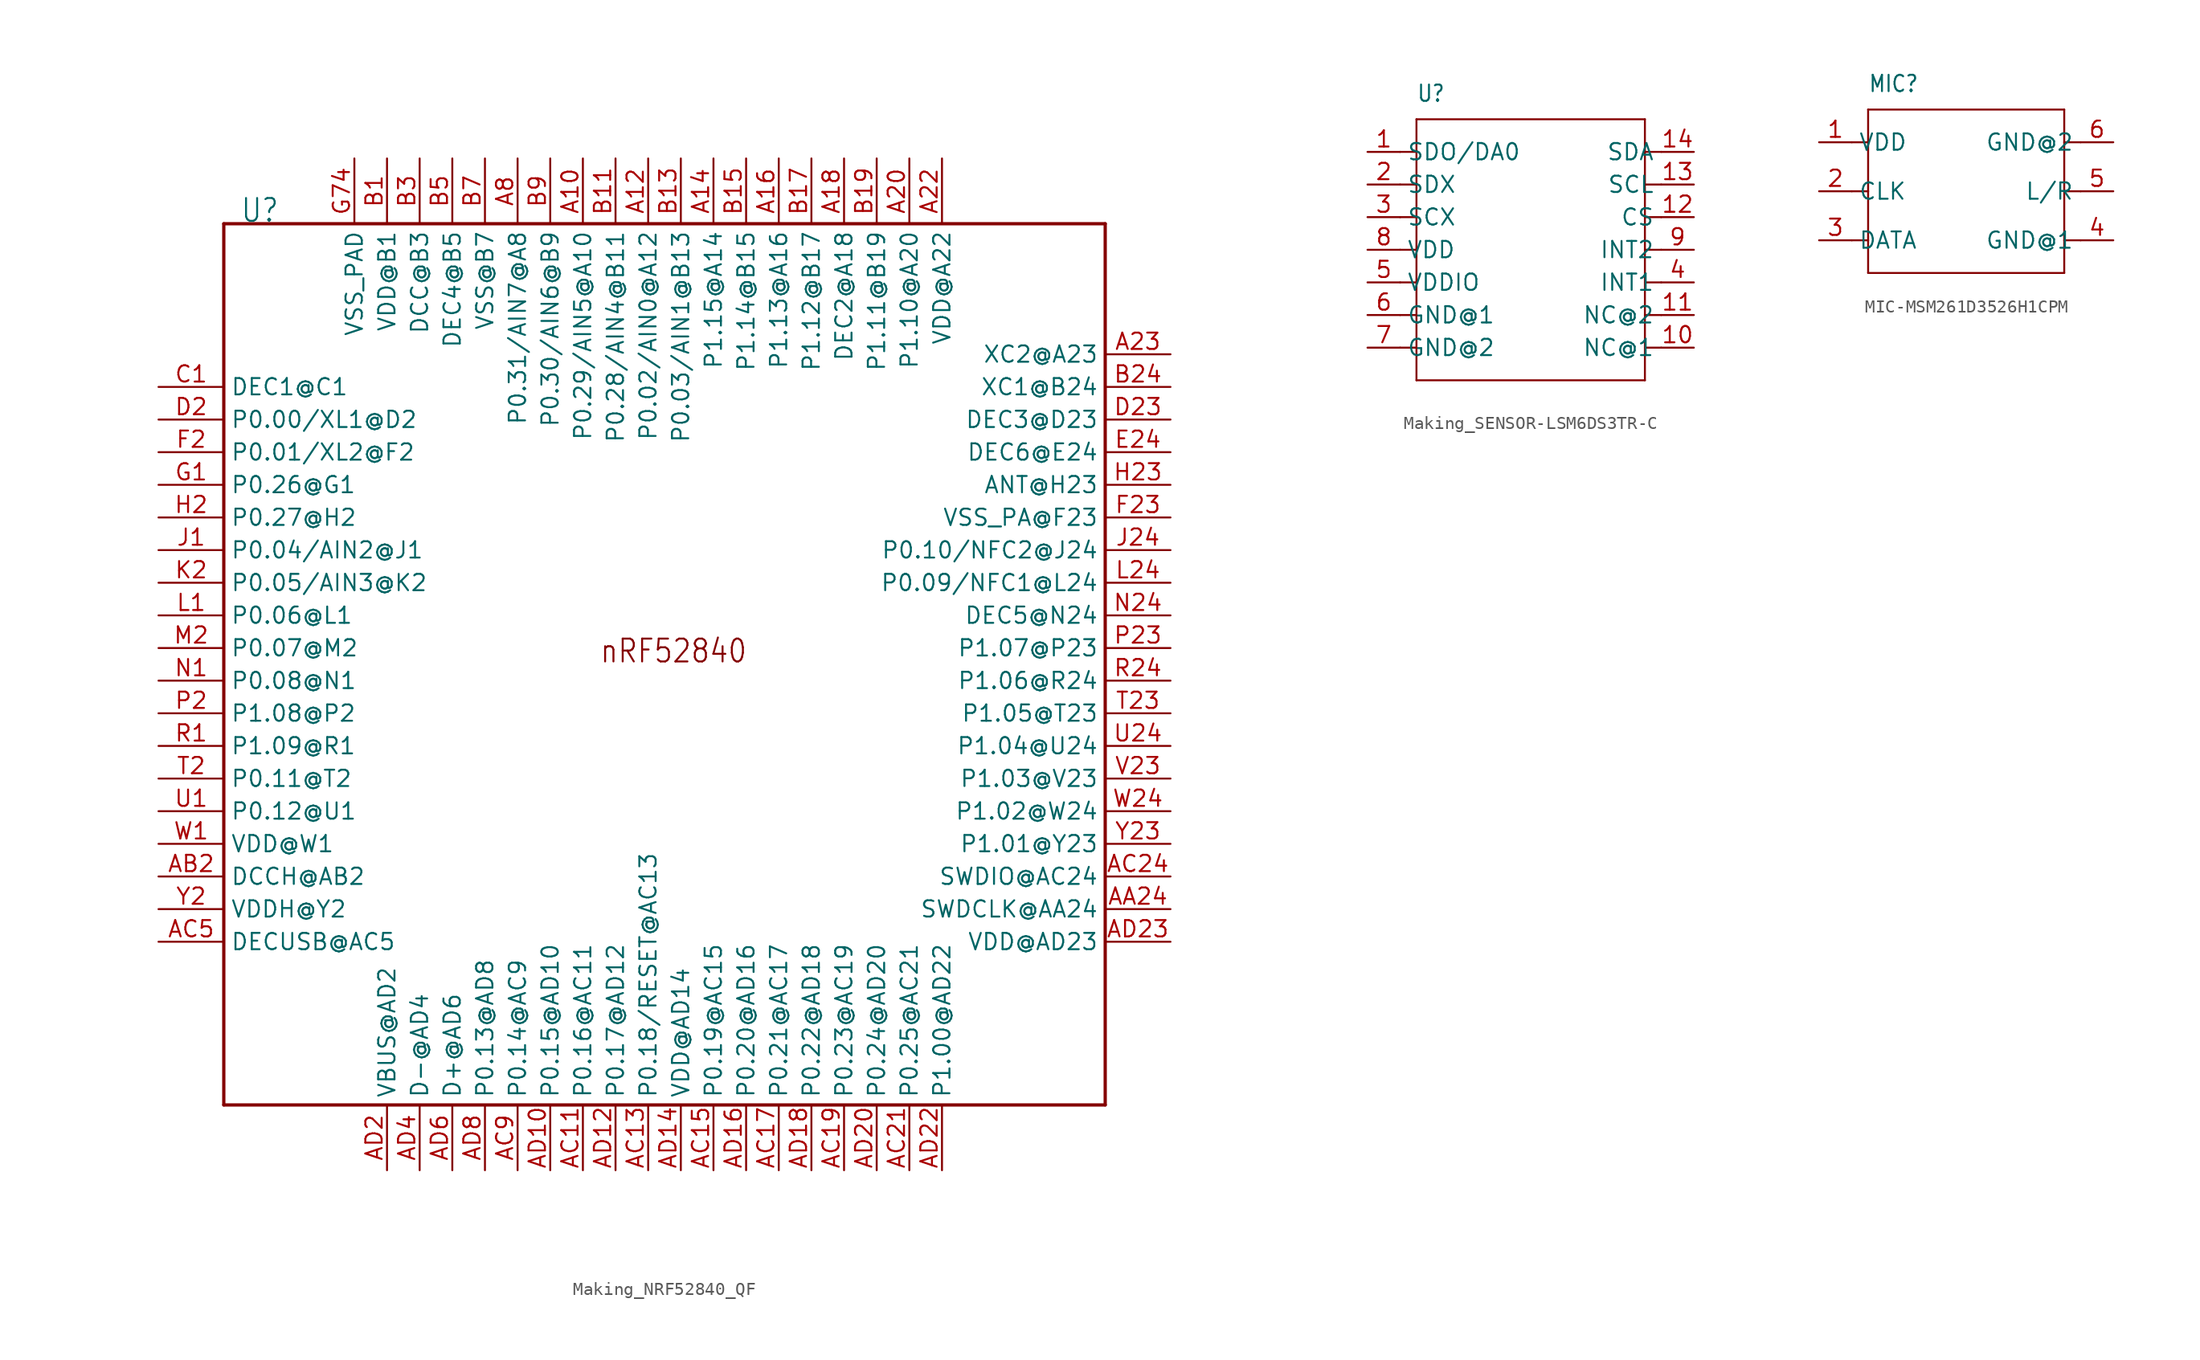
<source format=kicad_sym>
(kicad_symbol_lib
  (version 20231120)
  (generator "kicad_symbol_editor")
  (generator_version "8.0")
  (symbol "Making_NRF52840_QF"
    (property "Reference" "U"
      (at -33.02 34.29 0)
      (effects (font (size 1.778 1.511)) (justify left bottom)))
    (property "Value" ""
      (at 25.4 34.29 0)
      (effects (font (size 1.778 1.511)) (justify left bottom)))
    (property "ki_locked" ""
      (at 0 0 0)
      (effects (font (size 1.27 1.27))))
    (symbol "Making_NRF52840_QF_1_0"
      (polyline (pts (xy -34.29 -34.29) (xy -34.29 34.29)) (stroke (width 0.254) (type solid)) (fill (type none)))
      (polyline (pts (xy -34.29 34.29) (xy 34.29 34.29)) (stroke (width 0.254) (type solid)) (fill (type none)))
      (polyline (pts (xy 34.29 -34.29) (xy -34.29 -34.29)) (stroke (width 0.254) (type solid)) (fill (type none)))
      (polyline (pts (xy 34.29 34.29) (xy 34.29 -34.29)) (stroke (width 0.254) (type solid)) (fill (type none)))
      (text "nRF52840" (at -5.08 0 0) (effects (font (size 1.778 1.511)) (justify left bottom)))
      (pin bidirectional line (at -6.35 39.37 270) (length 5.08) (name "P0.29/AIN5@A10" (effects (font (size 1.27 1.27)))) (number "A10" (effects (font (size 1.27 1.27)))))
      (pin bidirectional line (at -1.27 39.37 270) (length 5.08) (name "P0.02/AIN0@A12" (effects (font (size 1.27 1.27)))) (number "A12" (effects (font (size 1.27 1.27)))))
      (pin bidirectional line (at 3.81 39.37 270) (length 5.08) (name "P1.15@A14" (effects (font (size 1.27 1.27)))) (number "A14" (effects (font (size 1.27 1.27)))))
      (pin bidirectional line (at 8.89 39.37 270) (length 5.08) (name "P1.13@A16" (effects (font (size 1.27 1.27)))) (number "A16" (effects (font (size 1.27 1.27)))))
      (pin bidirectional line (at 13.97 39.37 270) (length 5.08) (name "DEC2@A18" (effects (font (size 1.27 1.27)))) (number "A18" (effects (font (size 1.27 1.27)))))
      (pin bidirectional line (at 19.05 39.37 270) (length 5.08) (name "P1.10@A20" (effects (font (size 1.27 1.27)))) (number "A20" (effects (font (size 1.27 1.27)))))
      (pin bidirectional line (at 21.59 39.37 270) (length 5.08) (name "VDD@A22" (effects (font (size 1.27 1.27)))) (number "A22" (effects (font (size 1.27 1.27)))))
      (pin bidirectional line (at 39.37 24.13 180) (length 5.08) (name "XC2@A23" (effects (font (size 1.27 1.27)))) (number "A23" (effects (font (size 1.27 1.27)))))
      (pin bidirectional line (at -11.43 39.37 270) (length 5.08) (name "P0.31/AIN7@A8" (effects (font (size 1.27 1.27)))) (number "A8" (effects (font (size 1.27 1.27)))))
      (pin input line (at 39.37 -19.05 180) (length 5.08) (name "SWDCLK@AA24" (effects (font (size 1.27 1.27)))) (number "AA24" (effects (font (size 1.27 1.27)))))
      (pin bidirectional line (at -39.37 -16.51 0) (length 5.08) (name "DCCH@AB2" (effects (font (size 1.27 1.27)))) (number "AB2" (effects (font (size 1.27 1.27)))))
      (pin bidirectional line (at -6.35 -39.37 90) (length 5.08) (name "P0.16@AC11" (effects (font (size 1.27 1.27)))) (number "AC11" (effects (font (size 1.27 1.27)))))
      (pin bidirectional line (at -1.27 -39.37 90) (length 5.08) (name "P0.18/RESET@AC13" (effects (font (size 1.27 1.27)))) (number "AC13" (effects (font (size 1.27 1.27)))))
      (pin bidirectional line (at 3.81 -39.37 90) (length 5.08) (name "P0.19@AC15" (effects (font (size 1.27 1.27)))) (number "AC15" (effects (font (size 1.27 1.27)))))
      (pin bidirectional line (at 8.89 -39.37 90) (length 5.08) (name "P0.21@AC17" (effects (font (size 1.27 1.27)))) (number "AC17" (effects (font (size 1.27 1.27)))))
      (pin bidirectional line (at 13.97 -39.37 90) (length 5.08) (name "P0.23@AC19" (effects (font (size 1.27 1.27)))) (number "AC19" (effects (font (size 1.27 1.27)))))
      (pin bidirectional line (at 19.05 -39.37 90) (length 5.08) (name "P0.25@AC21" (effects (font (size 1.27 1.27)))) (number "AC21" (effects (font (size 1.27 1.27)))))
      (pin bidirectional line (at 39.37 -16.51 180) (length 5.08) (name "SWDIO@AC24" (effects (font (size 1.27 1.27)))) (number "AC24" (effects (font (size 1.27 1.27)))))
      (pin bidirectional line (at -39.37 -21.59 0) (length 5.08) (name "DECUSB@AC5" (effects (font (size 1.27 1.27)))) (number "AC5" (effects (font (size 1.27 1.27)))))
      (pin bidirectional line (at -11.43 -39.37 90) (length 5.08) (name "P0.14@AC9" (effects (font (size 1.27 1.27)))) (number "AC9" (effects (font (size 1.27 1.27)))))
      (pin bidirectional line (at -8.89 -39.37 90) (length 5.08) (name "P0.15@AD10" (effects (font (size 1.27 1.27)))) (number "AD10" (effects (font (size 1.27 1.27)))))
      (pin bidirectional line (at -3.81 -39.37 90) (length 5.08) (name "P0.17@AD12" (effects (font (size 1.27 1.27)))) (number "AD12" (effects (font (size 1.27 1.27)))))
      (pin bidirectional line (at 1.27 -39.37 90) (length 5.08) (name "VDD@AD14" (effects (font (size 1.27 1.27)))) (number "AD14" (effects (font (size 1.27 1.27)))))
      (pin bidirectional line (at 6.35 -39.37 90) (length 5.08) (name "P0.20@AD16" (effects (font (size 1.27 1.27)))) (number "AD16" (effects (font (size 1.27 1.27)))))
      (pin bidirectional line (at 11.43 -39.37 90) (length 5.08) (name "P0.22@AD18" (effects (font (size 1.27 1.27)))) (number "AD18" (effects (font (size 1.27 1.27)))))
      (pin bidirectional line (at -21.59 -39.37 90) (length 5.08) (name "VBUS@AD2" (effects (font (size 1.27 1.27)))) (number "AD2" (effects (font (size 1.27 1.27)))))
      (pin bidirectional line (at 16.51 -39.37 90) (length 5.08) (name "P0.24@AD20" (effects (font (size 1.27 1.27)))) (number "AD20" (effects (font (size 1.27 1.27)))))
      (pin bidirectional line (at 21.59 -39.37 90) (length 5.08) (name "P1.00@AD22" (effects (font (size 1.27 1.27)))) (number "AD22" (effects (font (size 1.27 1.27)))))
      (pin bidirectional line (at 39.37 -21.59 180) (length 5.08) (name "VDD@AD23" (effects (font (size 1.27 1.27)))) (number "AD23" (effects (font (size 1.27 1.27)))))
      (pin bidirectional line (at -19.05 -39.37 90) (length 5.08) (name "D-@AD4" (effects (font (size 1.27 1.27)))) (number "AD4" (effects (font (size 1.27 1.27)))))
      (pin bidirectional line (at -16.51 -39.37 90) (length 5.08) (name "D+@AD6" (effects (font (size 1.27 1.27)))) (number "AD6" (effects (font (size 1.27 1.27)))))
      (pin bidirectional line (at -13.97 -39.37 90) (length 5.08) (name "P0.13@AD8" (effects (font (size 1.27 1.27)))) (number "AD8" (effects (font (size 1.27 1.27)))))
      (pin bidirectional line (at -21.59 39.37 270) (length 5.08) (name "VDD@B1" (effects (font (size 1.27 1.27)))) (number "B1" (effects (font (size 1.27 1.27)))))
      (pin bidirectional line (at -3.81 39.37 270) (length 5.08) (name "P0.28/AIN4@B11" (effects (font (size 1.27 1.27)))) (number "B11" (effects (font (size 1.27 1.27)))))
      (pin bidirectional line (at 1.27 39.37 270) (length 5.08) (name "P0.03/AIN1@B13" (effects (font (size 1.27 1.27)))) (number "B13" (effects (font (size 1.27 1.27)))))
      (pin bidirectional line (at 6.35 39.37 270) (length 5.08) (name "P1.14@B15" (effects (font (size 1.27 1.27)))) (number "B15" (effects (font (size 1.27 1.27)))))
      (pin bidirectional line (at 11.43 39.37 270) (length 5.08) (name "P1.12@B17" (effects (font (size 1.27 1.27)))) (number "B17" (effects (font (size 1.27 1.27)))))
      (pin bidirectional line (at 16.51 39.37 270) (length 5.08) (name "P1.11@B19" (effects (font (size 1.27 1.27)))) (number "B19" (effects (font (size 1.27 1.27)))))
      (pin bidirectional line (at 39.37 21.59 180) (length 5.08) (name "XC1@B24" (effects (font (size 1.27 1.27)))) (number "B24" (effects (font (size 1.27 1.27)))))
      (pin bidirectional line (at -19.05 39.37 270) (length 5.08) (name "DCC@B3" (effects (font (size 1.27 1.27)))) (number "B3" (effects (font (size 1.27 1.27)))))
      (pin bidirectional line (at -16.51 39.37 270) (length 5.08) (name "DEC4@B5" (effects (font (size 1.27 1.27)))) (number "B5" (effects (font (size 1.27 1.27)))))
      (pin bidirectional line (at -13.97 39.37 270) (length 5.08) (name "VSS@B7" (effects (font (size 1.27 1.27)))) (number "B7" (effects (font (size 1.27 1.27)))))
      (pin bidirectional line (at -8.89 39.37 270) (length 5.08) (name "P0.30/AIN6@B9" (effects (font (size 1.27 1.27)))) (number "B9" (effects (font (size 1.27 1.27)))))
      (pin bidirectional line (at -39.37 21.59 0) (length 5.08) (name "DEC1@C1" (effects (font (size 1.27 1.27)))) (number "C1" (effects (font (size 1.27 1.27)))))
      (pin bidirectional line (at -39.37 19.05 0) (length 5.08) (name "P0.00/XL1@D2" (effects (font (size 1.27 1.27)))) (number "D2" (effects (font (size 1.27 1.27)))))
      (pin bidirectional line (at 39.37 19.05 180) (length 5.08) (name "DEC3@D23" (effects (font (size 1.27 1.27)))) (number "D23" (effects (font (size 1.27 1.27)))))
      (pin bidirectional line (at 39.37 16.51 180) (length 5.08) (name "DEC6@E24" (effects (font (size 1.27 1.27)))) (number "E24" (effects (font (size 1.27 1.27)))))
      (pin bidirectional line (at -39.37 16.51 0) (length 5.08) (name "P0.01/XL2@F2" (effects (font (size 1.27 1.27)))) (number "F2" (effects (font (size 1.27 1.27)))))
      (pin bidirectional line (at 39.37 11.43 180) (length 5.08) (name "VSS_PA@F23" (effects (font (size 1.27 1.27)))) (number "F23" (effects (font (size 1.27 1.27)))))
      (pin bidirectional line (at -39.37 13.97 0) (length 5.08) (name "P0.26@G1" (effects (font (size 1.27 1.27)))) (number "G1" (effects (font (size 1.27 1.27)))))
      (pin bidirectional line (at -24.13 39.37 270) (length 5.08) (name "VSS_PAD" (effects (font (size 1.27 1.27)))) (number "G74" (effects (font (size 1.27 1.27)))))
      (pin bidirectional line (at -39.37 11.43 0) (length 5.08) (name "P0.27@H2" (effects (font (size 1.27 1.27)))) (number "H2" (effects (font (size 1.27 1.27)))))
      (pin bidirectional line (at 39.37 13.97 180) (length 5.08) (name "ANT@H23" (effects (font (size 1.27 1.27)))) (number "H23" (effects (font (size 1.27 1.27)))))
      (pin bidirectional line (at -39.37 8.89 0) (length 5.08) (name "P0.04/AIN2@J1" (effects (font (size 1.27 1.27)))) (number "J1" (effects (font (size 1.27 1.27)))))
      (pin bidirectional line (at 39.37 8.89 180) (length 5.08) (name "P0.10/NFC2@J24" (effects (font (size 1.27 1.27)))) (number "J24" (effects (font (size 1.27 1.27)))))
      (pin bidirectional line (at -39.37 6.35 0) (length 5.08) (name "P0.05/AIN3@K2" (effects (font (size 1.27 1.27)))) (number "K2" (effects (font (size 1.27 1.27)))))
      (pin bidirectional line (at -39.37 3.81 0) (length 5.08) (name "P0.06@L1" (effects (font (size 1.27 1.27)))) (number "L1" (effects (font (size 1.27 1.27)))))
      (pin bidirectional line (at 39.37 6.35 180) (length 5.08) (name "P0.09/NFC1@L24" (effects (font (size 1.27 1.27)))) (number "L24" (effects (font (size 1.27 1.27)))))
      (pin bidirectional line (at -39.37 1.27 0) (length 5.08) (name "P0.07@M2" (effects (font (size 1.27 1.27)))) (number "M2" (effects (font (size 1.27 1.27)))))
      (pin bidirectional line (at -39.37 -1.27 0) (length 5.08) (name "P0.08@N1" (effects (font (size 1.27 1.27)))) (number "N1" (effects (font (size 1.27 1.27)))))
      (pin bidirectional line (at 39.37 3.81 180) (length 5.08) (name "DEC5@N24" (effects (font (size 1.27 1.27)))) (number "N24" (effects (font (size 1.27 1.27)))))
      (pin bidirectional line (at -39.37 -3.81 0) (length 5.08) (name "P1.08@P2" (effects (font (size 1.27 1.27)))) (number "P2" (effects (font (size 1.27 1.27)))))
      (pin bidirectional line (at 39.37 1.27 180) (length 5.08) (name "P1.07@P23" (effects (font (size 1.27 1.27)))) (number "P23" (effects (font (size 1.27 1.27)))))
      (pin bidirectional line (at -39.37 -6.35 0) (length 5.08) (name "P1.09@R1" (effects (font (size 1.27 1.27)))) (number "R1" (effects (font (size 1.27 1.27)))))
      (pin bidirectional line (at 39.37 -1.27 180) (length 5.08) (name "P1.06@R24" (effects (font (size 1.27 1.27)))) (number "R24" (effects (font (size 1.27 1.27)))))
      (pin bidirectional line (at -39.37 -8.89 0) (length 5.08) (name "P0.11@T2" (effects (font (size 1.27 1.27)))) (number "T2" (effects (font (size 1.27 1.27)))))
      (pin bidirectional line (at 39.37 -3.81 180) (length 5.08) (name "P1.05@T23" (effects (font (size 1.27 1.27)))) (number "T23" (effects (font (size 1.27 1.27)))))
      (pin bidirectional line (at -39.37 -11.43 0) (length 5.08) (name "P0.12@U1" (effects (font (size 1.27 1.27)))) (number "U1" (effects (font (size 1.27 1.27)))))
      (pin bidirectional line (at 39.37 -6.35 180) (length 5.08) (name "P1.04@U24" (effects (font (size 1.27 1.27)))) (number "U24" (effects (font (size 1.27 1.27)))))
      (pin bidirectional line (at 39.37 -8.89 180) (length 5.08) (name "P1.03@V23" (effects (font (size 1.27 1.27)))) (number "V23" (effects (font (size 1.27 1.27)))))
      (pin bidirectional line (at -39.37 -13.97 0) (length 5.08) (name "VDD@W1" (effects (font (size 1.27 1.27)))) (number "W1" (effects (font (size 1.27 1.27)))))
      (pin bidirectional line (at 39.37 -11.43 180) (length 5.08) (name "P1.02@W24" (effects (font (size 1.27 1.27)))) (number "W24" (effects (font (size 1.27 1.27)))))
      (pin bidirectional line (at -39.37 -19.05 0) (length 5.08) (name "VDDH@Y2" (effects (font (size 1.27 1.27)))) (number "Y2" (effects (font (size 1.27 1.27)))))
      (pin bidirectional line (at 39.37 -13.97 180) (length 5.08) (name "P1.01@Y23" (effects (font (size 1.27 1.27)))) (number "Y23" (effects (font (size 1.27 1.27)))))))
  (symbol "Making_SENSOR-LSM6DS3TR-C"
    (property "Reference" "U"
      (at -8.89 11.43 0)
      (effects (font (size 1.27 1.079)) (justify left bottom)))
    (property "Value" ""
      (at -8.89 10.16 0)
      (effects (font (size 1.27 1.079)) (justify left bottom)))
    (property "ki_locked" ""
      (at 0 0 0)
      (effects (font (size 1.27 1.27))))
    (symbol "Making_SENSOR-LSM6DS3TR-C_1_0"
      (polyline (pts (xy -8.89 -10.16) (xy -8.89 -7.62)) (stroke (width 0.152) (type solid)) (fill (type none)))
      (polyline (pts (xy -8.89 -7.62) (xy -10.16 -7.62)) (stroke (width 0.152) (type solid)) (fill (type none)))
      (polyline (pts (xy -8.89 -7.62) (xy -8.89 -5.08)) (stroke (width 0.152) (type solid)) (fill (type none)))
      (polyline (pts (xy -8.89 -5.08) (xy -10.16 -5.08)) (stroke (width 0.152) (type solid)) (fill (type none)))
      (polyline (pts (xy -8.89 -5.08) (xy -8.89 -2.54)) (stroke (width 0.152) (type solid)) (fill (type none)))
      (polyline (pts (xy -8.89 -2.54) (xy -10.16 -2.54)) (stroke (width 0.152) (type solid)) (fill (type none)))
      (polyline (pts (xy -8.89 -2.54) (xy -8.89 0)) (stroke (width 0.152) (type solid)) (fill (type none)))
      (polyline (pts (xy -8.89 0) (xy -10.16 0)) (stroke (width 0.152) (type solid)) (fill (type none)))
      (polyline (pts (xy -8.89 0) (xy -8.89 2.54)) (stroke (width 0.152) (type solid)) (fill (type none)))
      (polyline (pts (xy -8.89 2.54) (xy -10.16 2.54)) (stroke (width 0.152) (type solid)) (fill (type none)))
      (polyline (pts (xy -8.89 2.54) (xy -8.89 5.08)) (stroke (width 0.152) (type solid)) (fill (type none)))
      (polyline (pts (xy -8.89 5.08) (xy -10.16 5.08)) (stroke (width 0.152) (type solid)) (fill (type none)))
      (polyline (pts (xy -8.89 5.08) (xy -8.89 7.62)) (stroke (width 0.152) (type solid)) (fill (type none)))
      (polyline (pts (xy -8.89 7.62) (xy -10.16 7.62)) (stroke (width 0.152) (type solid)) (fill (type none)))
      (polyline (pts (xy -8.89 7.62) (xy -8.89 10.16)) (stroke (width 0.152) (type solid)) (fill (type none)))
      (polyline (pts (xy -8.89 10.16) (xy 8.89 10.16)) (stroke (width 0.152) (type solid)) (fill (type none)))
      (polyline (pts (xy 8.89 -10.16) (xy -8.89 -10.16)) (stroke (width 0.152) (type solid)) (fill (type none)))
      (polyline (pts (xy 8.89 10.16) (xy 8.89 -10.16)) (stroke (width 0.152) (type solid)) (fill (type none)))
      (polyline (pts (xy 10.16 -7.62) (xy 8.89 -7.62)) (stroke (width 0.152) (type solid)) (fill (type none)))
      (polyline (pts (xy 10.16 -5.08) (xy 8.89 -5.08)) (stroke (width 0.152) (type solid)) (fill (type none)))
      (polyline (pts (xy 10.16 -2.54) (xy 8.89 -2.54)) (stroke (width 0.152) (type solid)) (fill (type none)))
      (polyline (pts (xy 10.16 0) (xy 8.89 0)) (stroke (width 0.152) (type solid)) (fill (type none)))
      (polyline (pts (xy 10.16 2.54) (xy 8.89 2.54)) (stroke (width 0.152) (type solid)) (fill (type none)))
      (polyline (pts (xy 10.16 5.08) (xy 8.89 5.08)) (stroke (width 0.152) (type solid)) (fill (type none)))
      (polyline (pts (xy 10.16 7.62) (xy 8.89 7.62)) (stroke (width 0.152) (type solid)) (fill (type none)))
      (pin bidirectional line (at -12.7 7.62 0) (length 2.54) (name "SDO/DA0" (effects (font (size 1.27 1.27)))) (number "1" (effects (font (size 1.27 1.27)))))
      (pin bidirectional line (at 12.7 -7.62 180) (length 2.54) (name "NC@1" (effects (font (size 1.27 1.27)))) (number "10" (effects (font (size 1.27 1.27)))))
      (pin bidirectional line (at 12.7 -5.08 180) (length 2.54) (name "NC@2" (effects (font (size 1.27 1.27)))) (number "11" (effects (font (size 1.27 1.27)))))
      (pin bidirectional line (at 12.7 2.54 180) (length 2.54) (name "CS" (effects (font (size 1.27 1.27)))) (number "12" (effects (font (size 1.27 1.27)))))
      (pin bidirectional line (at 12.7 5.08 180) (length 2.54) (name "SCL" (effects (font (size 1.27 1.27)))) (number "13" (effects (font (size 1.27 1.27)))))
      (pin bidirectional line (at 12.7 7.62 180) (length 2.54) (name "SDA" (effects (font (size 1.27 1.27)))) (number "14" (effects (font (size 1.27 1.27)))))
      (pin bidirectional line (at -12.7 5.08 0) (length 2.54) (name "SDX" (effects (font (size 1.27 1.27)))) (number "2" (effects (font (size 1.27 1.27)))))
      (pin bidirectional line (at -12.7 2.54 0) (length 2.54) (name "SCX" (effects (font (size 1.27 1.27)))) (number "3" (effects (font (size 1.27 1.27)))))
      (pin bidirectional line (at 12.7 -2.54 180) (length 2.54) (name "INT1" (effects (font (size 1.27 1.27)))) (number "4" (effects (font (size 1.27 1.27)))))
      (pin bidirectional line (at -12.7 -2.54 0) (length 2.54) (name "VDDIO" (effects (font (size 1.27 1.27)))) (number "5" (effects (font (size 1.27 1.27)))))
      (pin bidirectional line (at -12.7 -5.08 0) (length 2.54) (name "GND@1" (effects (font (size 1.27 1.27)))) (number "6" (effects (font (size 1.27 1.27)))))
      (pin bidirectional line (at -12.7 -7.62 0) (length 2.54) (name "GND@2" (effects (font (size 1.27 1.27)))) (number "7" (effects (font (size 1.27 1.27)))))
      (pin bidirectional line (at -12.7 0 0) (length 2.54) (name "VDD" (effects (font (size 1.27 1.27)))) (number "8" (effects (font (size 1.27 1.27)))))
      (pin bidirectional line (at 12.7 0 180) (length 2.54) (name "INT2" (effects (font (size 1.27 1.27)))) (number "9" (effects (font (size 1.27 1.27)))))))
  (symbol "MIC-MSM261D3526H1CPM"
    (property "Reference" "MIC"
      (at -7.62 7.62 0)
      (effects (font (size 1.27 1.079)) (justify left bottom)))
    (property "Value" ""
      (at -7.62 6.35 0)
      (effects (font (size 1.27 1.079)) (justify left bottom)))
    (property "ki_locked" ""
      (at 0 0 0)
      (effects (font (size 1.27 1.27))))
    (symbol "MIC-MSM261D3526H1CPM_1_0"
      (polyline (pts (xy -7.62 -6.35) (xy -7.62 -3.81)) (stroke (width 0.152) (type solid)) (fill (type none)))
      (polyline (pts (xy -7.62 -3.81) (xy -8.89 -3.81)) (stroke (width 0.152) (type solid)) (fill (type none)))
      (polyline (pts (xy -7.62 -3.81) (xy -7.62 0)) (stroke (width 0.152) (type solid)) (fill (type none)))
      (polyline (pts (xy -7.62 0) (xy -8.89 0)) (stroke (width 0.152) (type solid)) (fill (type none)))
      (polyline (pts (xy -7.62 0) (xy -7.62 3.81)) (stroke (width 0.152) (type solid)) (fill (type none)))
      (polyline (pts (xy -7.62 3.81) (xy -8.89 3.81)) (stroke (width 0.152) (type solid)) (fill (type none)))
      (polyline (pts (xy -7.62 3.81) (xy -7.62 6.35)) (stroke (width 0.152) (type solid)) (fill (type none)))
      (polyline (pts (xy -7.62 6.35) (xy 7.62 6.35)) (stroke (width 0.152) (type solid)) (fill (type none)))
      (polyline (pts (xy 7.62 -6.35) (xy -7.62 -6.35)) (stroke (width 0.152) (type solid)) (fill (type none)))
      (polyline (pts (xy 7.62 -3.81) (xy 7.62 -6.35)) (stroke (width 0.152) (type solid)) (fill (type none)))
      (polyline (pts (xy 7.62 0) (xy 7.62 -3.81)) (stroke (width 0.152) (type solid)) (fill (type none)))
      (polyline (pts (xy 7.62 3.81) (xy 7.62 0)) (stroke (width 0.152) (type solid)) (fill (type none)))
      (polyline (pts (xy 7.62 6.35) (xy 7.62 3.81)) (stroke (width 0.152) (type solid)) (fill (type none)))
      (polyline (pts (xy 8.89 -3.81) (xy 7.62 -3.81)) (stroke (width 0.152) (type solid)) (fill (type none)))
      (polyline (pts (xy 8.89 0) (xy 7.62 0)) (stroke (width 0.152) (type solid)) (fill (type none)))
      (polyline (pts (xy 8.89 3.81) (xy 7.62 3.81)) (stroke (width 0.152) (type solid)) (fill (type none)))
      (pin bidirectional line (at -11.43 3.81 0) (length 2.54) (name "VDD" (effects (font (size 1.27 1.27)))) (number "1" (effects (font (size 1.27 1.27)))))
      (pin bidirectional line (at -11.43 0 0) (length 2.54) (name "CLK" (effects (font (size 1.27 1.27)))) (number "2" (effects (font (size 1.27 1.27)))))
      (pin bidirectional line (at -11.43 -3.81 0) (length 2.54) (name "DATA" (effects (font (size 1.27 1.27)))) (number "3" (effects (font (size 1.27 1.27)))))
      (pin bidirectional line (at 11.43 -3.81 180) (length 2.54) (name "GND@1" (effects (font (size 1.27 1.27)))) (number "4" (effects (font (size 1.27 1.27)))))
      (pin bidirectional line (at 11.43 0 180) (length 2.54) (name "L/R" (effects (font (size 1.27 1.27)))) (number "5" (effects (font (size 1.27 1.27)))))
      (pin bidirectional line (at 11.43 3.81 180) (length 2.54) (name "GND@2" (effects (font (size 1.27 1.27)))) (number "6" (effects (font (size 1.27 1.27))))))))
</source>
